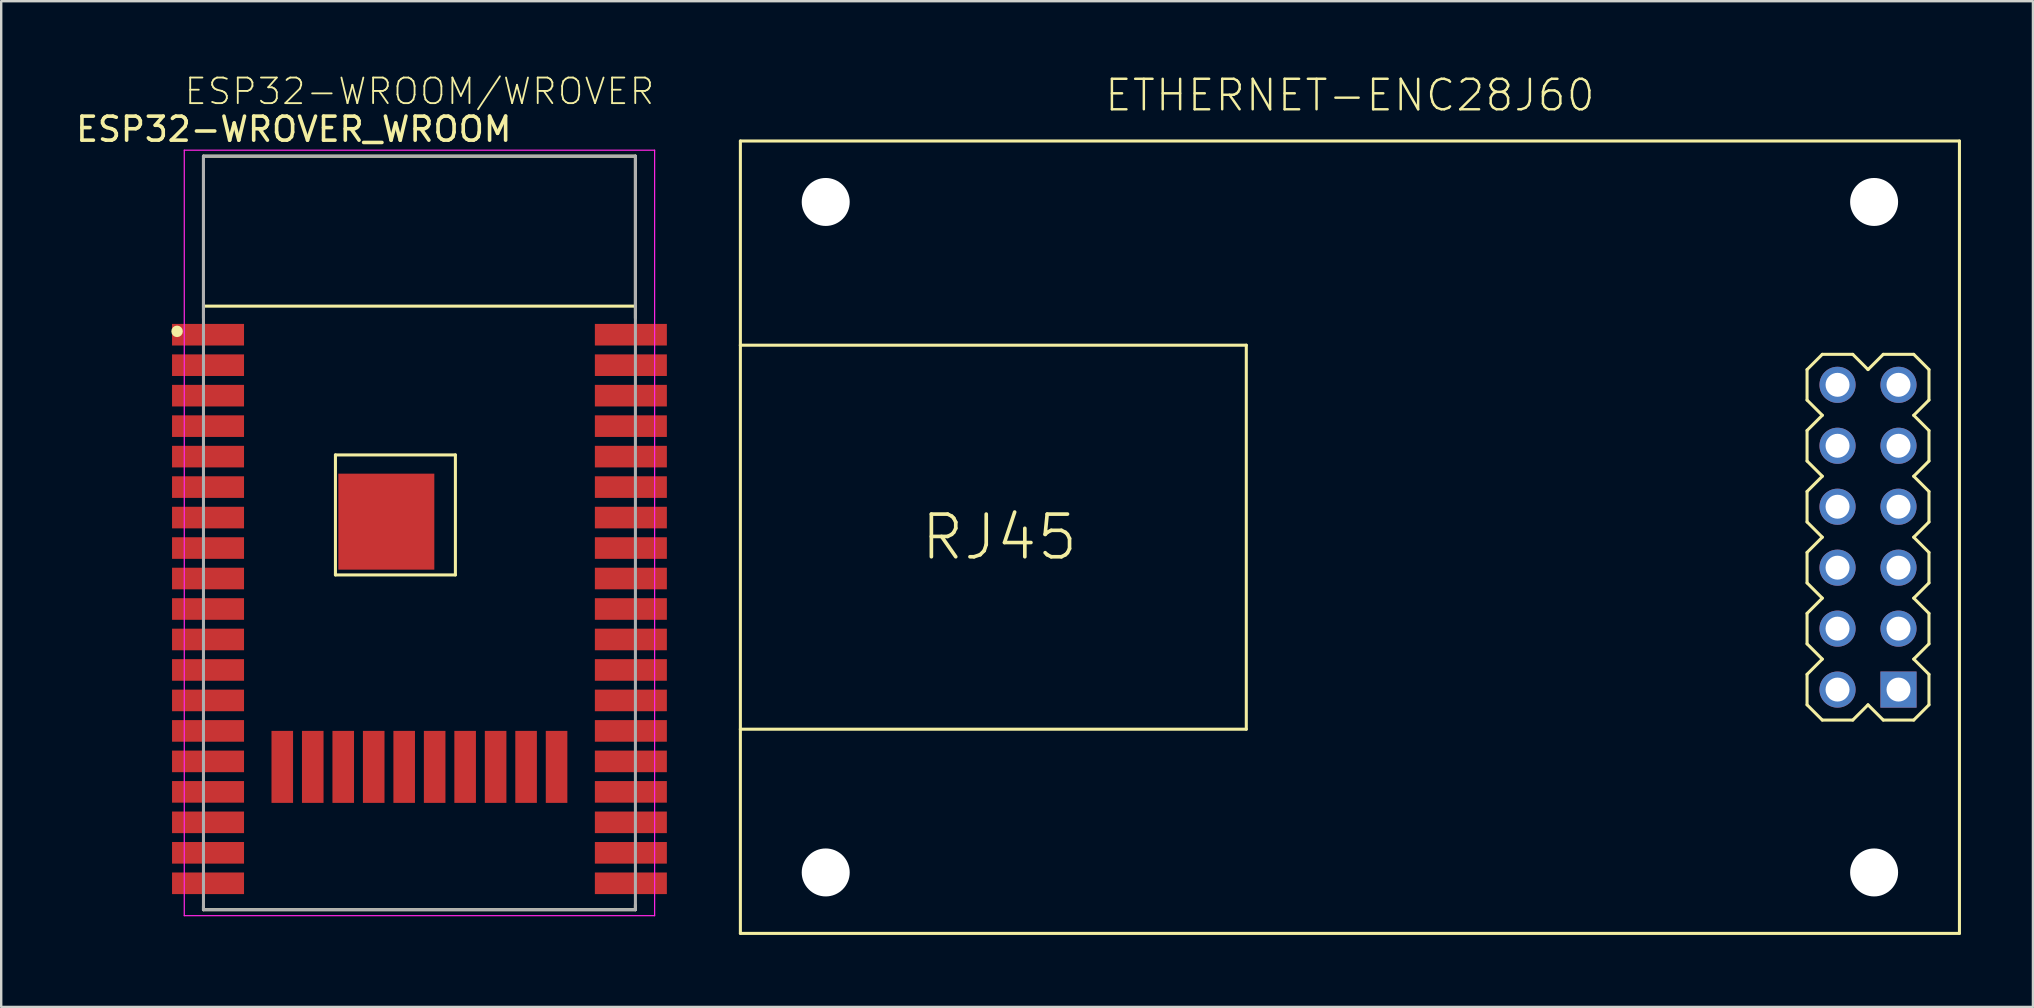
<source format=kicad_pcb>
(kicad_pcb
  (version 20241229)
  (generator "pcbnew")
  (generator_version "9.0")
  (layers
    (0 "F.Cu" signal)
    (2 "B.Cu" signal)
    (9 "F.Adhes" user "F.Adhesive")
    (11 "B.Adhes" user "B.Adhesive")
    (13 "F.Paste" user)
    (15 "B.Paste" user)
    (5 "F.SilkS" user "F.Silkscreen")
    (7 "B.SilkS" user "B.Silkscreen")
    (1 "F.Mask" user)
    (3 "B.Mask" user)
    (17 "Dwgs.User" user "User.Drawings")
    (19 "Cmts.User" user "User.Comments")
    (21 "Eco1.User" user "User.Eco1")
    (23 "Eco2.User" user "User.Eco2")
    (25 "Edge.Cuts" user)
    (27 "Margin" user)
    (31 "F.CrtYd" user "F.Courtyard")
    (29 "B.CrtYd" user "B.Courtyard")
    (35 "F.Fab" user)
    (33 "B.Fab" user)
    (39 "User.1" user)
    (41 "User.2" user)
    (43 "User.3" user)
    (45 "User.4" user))
  (footprint "ESP32-WROVER_WROOM"
    (layer "F.Cu")
    (at 14.429 19.158)
    (property "Reference" "ESP32-WROVER_WROOM" (at -5.237 -16.823 0) (layer "F.SilkS") (effects (font (size 1.002 1.002) (thickness 0.15))))
    (attr smd)
    (fp_line (start -9 -15.7) (end 9 -15.7) (stroke (width 0.127) (type solid)) (layer "F.SilkS"))
    (fp_line (start -9 -9.451) (end 8.998 -9.451) (stroke (width 0.127) (type solid)) (layer "F.SilkS"))
    (fp_line (start -9 -8.95) (end -9 -15.7) (stroke (width 0.127) (type solid)) (layer "F.SilkS"))
    (fp_line (start -9 15.55) (end -9 15.7) (stroke (width 0.127) (type solid)) (layer "F.SilkS"))
    (fp_line (start -9 15.7) (end 9 15.7) (stroke (width 0.127) (type solid)) (layer "F.SilkS"))
    (fp_line (start -3.501 -3.251) (end -3.501 1.75) (stroke (width 0.127) (type solid)) (layer "F.SilkS"))
    (fp_line (start -3.501 1.75) (end 1.498 1.75) (stroke (width 0.127) (type solid)) (layer "F.SilkS"))
    (fp_line (start 1.498 -3.251) (end -3.501 -3.251) (stroke (width 0.127) (type solid)) (layer "F.SilkS"))
    (fp_line (start 1.498 1.75) (end 1.498 -3.251) (stroke (width 0.127) (type solid)) (layer "F.SilkS"))
    (fp_line (start 9 -15.7) (end 9 -8.95) (stroke (width 0.127) (type solid)) (layer "F.SilkS"))
    (fp_line (start 9 15.7) (end 9 15.5) (stroke (width 0.127) (type solid)) (layer "F.SilkS"))
    (fp_circle (center -10.1 -8.4) (end -9.98 -8.4) (stroke (width 0.24) (type solid)) (fill no) (layer "F.SilkS"))
    (fp_poly (pts (xy -2.648 -1.735) (xy -0.115 -1.735) (xy -0.115 0.796) (xy -2.648 0.796)) (stroke (width 0.01) (type solid)) (fill yes) (layer "F.Paste"))
    (fp_line (start -9.8 -15.95) (end 9.8 -15.95) (stroke (width 0.05) (type solid)) (layer "F.CrtYd"))
    (fp_line (start -9.8 15.95) (end -9.8 -15.95) (stroke (width 0.05) (type solid)) (layer "F.CrtYd"))
    (fp_line (start 9.8 -15.95) (end 9.8 15.95) (stroke (width 0.05) (type solid)) (layer "F.CrtYd"))
    (fp_line (start 9.8 15.95) (end -9.8 15.95) (stroke (width 0.05) (type solid)) (layer "F.CrtYd"))
    (fp_line (start -9 -15.7) (end 9 -15.7) (stroke (width 0.127) (type solid)) (layer "F.Fab"))
    (fp_line (start -9 15.7) (end -9 -15.7) (stroke (width 0.127) (type solid)) (layer "F.Fab"))
    (fp_line (start 9 -15.7) (end 9 15.7) (stroke (width 0.127) (type solid)) (layer "F.Fab"))
    (fp_line (start 9 15.7) (end -9 15.7) (stroke (width 0.127) (type solid)) (layer "F.Fab"))
    (fp_text user "ESP32-WROOM/WROVER" (at 0 -18.4 0) (layer "F.SilkS") (effects (font (size 1.067 1.067) (thickness 0.076))))
    (pad "1" smd rect (at -8.81 -8.26) (size 3 0.9) (layers "F.Cu" "F.Mask" "F.Paste"))
    (pad "2" smd rect (at -8.81 -6.99) (size 3 0.9) (layers "F.Cu" "F.Mask" "F.Paste"))
    (pad "3" smd rect (at -8.81 -5.72) (size 3 0.9) (layers "F.Cu" "F.Mask" "F.Paste"))
    (pad "4" smd rect (at -8.81 -4.45) (size 3 0.9) (layers "F.Cu" "F.Mask" "F.Paste"))
    (pad "5" smd rect (at -8.81 -3.18) (size 3 0.9) (layers "F.Cu" "F.Mask" "F.Paste"))
    (pad "6" smd rect (at -8.81 -1.91) (size 3 0.9) (layers "F.Cu" "F.Mask" "F.Paste"))
    (pad "7" smd rect (at -8.81 -0.64) (size 3 0.9) (layers "F.Cu" "F.Mask" "F.Paste"))
    (pad "8" smd rect (at -8.81 0.63) (size 3 0.9) (layers "F.Cu" "F.Mask" "F.Paste"))
    (pad "9" smd rect (at -8.81 1.9) (size 3 0.9) (layers "F.Cu" "F.Mask" "F.Paste"))
    (pad "10" smd rect (at -8.81 3.17) (size 3 0.9) (layers "F.Cu" "F.Mask" "F.Paste"))
    (pad "11" smd rect (at -8.81 4.44) (size 3 0.9) (layers "F.Cu" "F.Mask" "F.Paste"))
    (pad "12" smd rect (at -8.81 5.71) (size 3 0.9) (layers "F.Cu" "F.Mask" "F.Paste"))
    (pad "13" smd rect (at -8.81 6.98) (size 3 0.9) (layers "F.Cu" "F.Mask" "F.Paste"))
    (pad "14" smd rect (at -8.81 8.25) (size 3 0.9) (layers "F.Cu" "F.Mask" "F.Paste"))
    (pad "15" smd rect (at -8.81 9.52) (size 3 0.9) (layers "F.Cu" "F.Mask" "F.Paste"))
    (pad "15" smd rect (at -5.716 9.749 90) (size 3 0.899) (layers "F.Cu" "F.Mask" "F.Paste"))
    (pad "16" smd rect (at -8.81 10.79) (size 3 0.9) (layers "F.Cu" "F.Mask" "F.Paste"))
    (pad "16" smd rect (at -4.446 9.749 90) (size 3 0.899) (layers "F.Cu" "F.Mask" "F.Paste"))
    (pad "17" smd rect (at -8.81 12.06) (size 3 0.9) (layers "F.Cu" "F.Mask" "F.Paste"))
    (pad "17" smd rect (at -3.176 9.749 90) (size 3 0.899) (layers "F.Cu" "F.Mask" "F.Paste"))
    (pad "18" smd rect (at -8.81 13.33) (size 3 0.9) (layers "F.Cu" "F.Mask" "F.Paste"))
    (pad "18" smd rect (at -1.906 9.749 90) (size 3 0.899) (layers "F.Cu" "F.Mask" "F.Paste"))
    (pad "19" smd rect (at -8.81 14.6) (size 3 0.9) (layers "F.Cu" "F.Mask" "F.Paste"))
    (pad "19" smd rect (at -0.636 9.749 90) (size 3 0.899) (layers "F.Cu" "F.Mask" "F.Paste"))
    (pad "20" smd rect (at 0.634 9.749 90) (size 3 0.899) (layers "F.Cu" "F.Mask" "F.Paste"))
    (pad "20" smd rect (at 8.81 14.6) (size 3 0.9) (layers "F.Cu" "F.Mask" "F.Paste"))
    (pad "21" smd rect (at 1.904 9.749 90) (size 3 0.899) (layers "F.Cu" "F.Mask" "F.Paste"))
    (pad "21" smd rect (at 8.81 13.33) (size 3 0.9) (layers "F.Cu" "F.Mask" "F.Paste"))
    (pad "22" smd rect (at 3.174 9.749 90) (size 3 0.899) (layers "F.Cu" "F.Mask" "F.Paste"))
    (pad "22" smd rect (at 8.81 12.06) (size 3 0.9) (layers "F.Cu" "F.Mask" "F.Paste"))
    (pad "23" smd rect (at 4.444 9.749 90) (size 3 0.899) (layers "F.Cu" "F.Mask" "F.Paste"))
    (pad "23" smd rect (at 8.81 10.79) (size 3 0.9) (layers "F.Cu" "F.Mask" "F.Paste"))
    (pad "24" smd rect (at 5.714 9.749 90) (size 3 0.899) (layers "F.Cu" "F.Mask" "F.Paste"))
    (pad "24" smd rect (at 8.81 9.52) (size 3 0.9) (layers "F.Cu" "F.Mask" "F.Paste"))
    (pad "25" smd rect (at 8.81 8.25) (size 3 0.9) (layers "F.Cu" "F.Mask" "F.Paste"))
    (pad "26" smd rect (at 8.81 6.98) (size 3 0.9) (layers "F.Cu" "F.Mask" "F.Paste"))
    (pad "27" smd rect (at 8.81 5.71) (size 3 0.9) (layers "F.Cu" "F.Mask" "F.Paste"))
    (pad "28" smd rect (at 8.81 4.44) (size 3 0.9) (layers "F.Cu" "F.Mask" "F.Paste"))
    (pad "29" smd rect (at 8.81 3.17) (size 3 0.9) (layers "F.Cu" "F.Mask" "F.Paste"))
    (pad "30" smd rect (at 8.81 1.9) (size 3 0.9) (layers "F.Cu" "F.Mask" "F.Paste"))
    (pad "31" smd rect (at 8.81 0.63) (size 3 0.9) (layers "F.Cu" "F.Mask" "F.Paste"))
    (pad "32" smd rect (at 8.81 -0.64) (size 3 0.9) (layers "F.Cu" "F.Mask" "F.Paste"))
    (pad "33" smd rect (at 8.81 -1.91) (size 3 0.9) (layers "F.Cu" "F.Mask" "F.Paste"))
    (pad "34" smd rect (at 8.81 -3.18) (size 3 0.9) (layers "F.Cu" "F.Mask" "F.Paste"))
    (pad "35" smd rect (at 8.81 -4.45) (size 3 0.9) (layers "F.Cu" "F.Mask" "F.Paste"))
    (pad "36" smd rect (at 8.81 -5.72) (size 3 0.9) (layers "F.Cu" "F.Mask" "F.Paste"))
    (pad "37" smd rect (at 8.81 -6.99) (size 3 0.9) (layers "F.Cu" "F.Mask" "F.Paste"))
    (pad "38" smd rect (at 8.81 -8.26) (size 3 0.9) (layers "F.Cu" "F.Mask" "F.Paste"))
    (pad "39" smd rect (at -1.38 -0.47) (size 4 4) (layers "F.Cu" "F.Mask")))
  (footprint "ETHERNET-ENC28J60"
    (layer "F.Cu")
    (at 53.203 19.336)
    (property "Reference" "ETHERNET-ENC28J60" (at 0 -18.415 0) (layer "F.SilkS") (effects (font (size 1.27 1.27) (thickness 0.102))))
    (attr exclude_from_pos_files exclude_from_bom)
    (fp_line (start -25.4 -16.51) (end 25.4 -16.51) (stroke (width 0.127) (type solid)) (layer "F.SilkS"))
    (fp_line (start -25.4 -8.001) (end -25.4 -16.51) (stroke (width 0.127) (type solid)) (layer "F.SilkS"))
    (fp_line (start -25.4 -8.001) (end -4.318 -8.001) (stroke (width 0.127) (type solid)) (layer "F.SilkS"))
    (fp_line (start -25.4 8.001) (end -25.4 -8.001) (stroke (width 0.127) (type solid)) (layer "F.SilkS"))
    (fp_line (start -25.4 16.51) (end -25.4 8.001) (stroke (width 0.127) (type solid)) (layer "F.SilkS"))
    (fp_line (start -4.318 -8.001) (end -4.318 8.001) (stroke (width 0.127) (type solid)) (layer "F.SilkS"))
    (fp_line (start -4.318 8.001) (end -25.4 8.001) (stroke (width 0.127) (type solid)) (layer "F.SilkS"))
    (fp_line (start 19.05 -6.985) (end 19.685 -7.62) (stroke (width 0.127) (type solid)) (layer "F.SilkS"))
    (fp_line (start 19.05 -5.715) (end 19.05 -6.985) (stroke (width 0.127) (type solid)) (layer "F.SilkS"))
    (fp_line (start 19.05 -4.445) (end 19.685 -5.08) (stroke (width 0.127) (type solid)) (layer "F.SilkS"))
    (fp_line (start 19.05 -3.175) (end 19.05 -4.445) (stroke (width 0.127) (type solid)) (layer "F.SilkS"))
    (fp_line (start 19.05 -1.905) (end 19.685 -2.54) (stroke (width 0.127) (type solid)) (layer "F.SilkS"))
    (fp_line (start 19.05 -0.635) (end 19.05 -1.905) (stroke (width 0.127) (type solid)) (layer "F.SilkS"))
    (fp_line (start 19.05 0.635) (end 19.685 0) (stroke (width 0.127) (type solid)) (layer "F.SilkS"))
    (fp_line (start 19.05 1.905) (end 19.05 0.635) (stroke (width 0.127) (type solid)) (layer "F.SilkS"))
    (fp_line (start 19.05 3.175) (end 19.685 2.54) (stroke (width 0.127) (type solid)) (layer "F.SilkS"))
    (fp_line (start 19.05 4.445) (end 19.05 3.175) (stroke (width 0.127) (type solid)) (layer "F.SilkS"))
    (fp_line (start 19.05 5.715) (end 19.685 5.08) (stroke (width 0.127) (type solid)) (layer "F.SilkS"))
    (fp_line (start 19.05 6.985) (end 19.05 5.715) (stroke (width 0.127) (type solid)) (layer "F.SilkS"))
    (fp_line (start 19.685 -7.62) (end 20.955 -7.62) (stroke (width 0.127) (type solid)) (layer "F.SilkS"))
    (fp_line (start 19.685 -5.08) (end 19.05 -5.715) (stroke (width 0.127) (type solid)) (layer "F.SilkS"))
    (fp_line (start 19.685 -2.54) (end 19.05 -3.175) (stroke (width 0.127) (type solid)) (layer "F.SilkS"))
    (fp_line (start 19.685 0) (end 19.05 -0.635) (stroke (width 0.127) (type solid)) (layer "F.SilkS"))
    (fp_line (start 19.685 2.54) (end 19.05 1.905) (stroke (width 0.127) (type solid)) (layer "F.SilkS"))
    (fp_line (start 19.685 5.08) (end 19.05 4.445) (stroke (width 0.127) (type solid)) (layer "F.SilkS"))
    (fp_line (start 19.685 7.62) (end 19.05 6.985) (stroke (width 0.127) (type solid)) (layer "F.SilkS"))
    (fp_line (start 20.955 -7.62) (end 21.59 -6.985) (stroke (width 0.127) (type solid)) (layer "F.SilkS"))
    (fp_line (start 20.955 7.62) (end 19.685 7.62) (stroke (width 0.127) (type solid)) (layer "F.SilkS"))
    (fp_line (start 21.59 -6.985) (end 22.225 -7.62) (stroke (width 0.127) (type solid)) (layer "F.SilkS"))
    (fp_line (start 21.59 6.985) (end 20.955 7.62) (stroke (width 0.127) (type solid)) (layer "F.SilkS"))
    (fp_line (start 22.225 -7.62) (end 23.495 -7.62) (stroke (width 0.127) (type solid)) (layer "F.SilkS"))
    (fp_line (start 22.225 7.62) (end 21.59 6.985) (stroke (width 0.127) (type solid)) (layer "F.SilkS"))
    (fp_line (start 23.495 -7.62) (end 24.13 -6.985) (stroke (width 0.127) (type solid)) (layer "F.SilkS"))
    (fp_line (start 23.495 -5.08) (end 24.13 -4.445) (stroke (width 0.127) (type solid)) (layer "F.SilkS"))
    (fp_line (start 23.495 -2.54) (end 24.13 -1.905) (stroke (width 0.127) (type solid)) (layer "F.SilkS"))
    (fp_line (start 23.495 0) (end 24.13 0.635) (stroke (width 0.127) (type solid)) (layer "F.SilkS"))
    (fp_line (start 23.495 2.54) (end 24.13 3.175) (stroke (width 0.127) (type solid)) (layer "F.SilkS"))
    (fp_line (start 23.495 5.08) (end 24.13 5.715) (stroke (width 0.127) (type solid)) (layer "F.SilkS"))
    (fp_line (start 23.495 7.62) (end 22.225 7.62) (stroke (width 0.127) (type solid)) (layer "F.SilkS"))
    (fp_line (start 24.13 -6.985) (end 24.13 -5.715) (stroke (width 0.127) (type solid)) (layer "F.SilkS"))
    (fp_line (start 24.13 -5.715) (end 23.495 -5.08) (stroke (width 0.127) (type solid)) (layer "F.SilkS"))
    (fp_line (start 24.13 -4.445) (end 24.13 -3.175) (stroke (width 0.127) (type solid)) (layer "F.SilkS"))
    (fp_line (start 24.13 -3.175) (end 23.495 -2.54) (stroke (width 0.127) (type solid)) (layer "F.SilkS"))
    (fp_line (start 24.13 -1.905) (end 24.13 -0.635) (stroke (width 0.127) (type solid)) (layer "F.SilkS"))
    (fp_line (start 24.13 -0.635) (end 23.495 0) (stroke (width 0.127) (type solid)) (layer "F.SilkS"))
    (fp_line (start 24.13 0.635) (end 24.13 1.905) (stroke (width 0.127) (type solid)) (layer "F.SilkS"))
    (fp_line (start 24.13 1.905) (end 23.495 2.54) (stroke (width 0.127) (type solid)) (layer "F.SilkS"))
    (fp_line (start 24.13 3.175) (end 24.13 4.445) (stroke (width 0.127) (type solid)) (layer "F.SilkS"))
    (fp_line (start 24.13 4.445) (end 23.495 5.08) (stroke (width 0.127) (type solid)) (layer "F.SilkS"))
    (fp_line (start 24.13 5.715) (end 24.13 6.985) (stroke (width 0.127) (type solid)) (layer "F.SilkS"))
    (fp_line (start 24.13 6.985) (end 23.495 7.62) (stroke (width 0.127) (type solid)) (layer "F.SilkS"))
    (fp_line (start 25.4 -16.51) (end 25.4 16.51) (stroke (width 0.127) (type solid)) (layer "F.SilkS"))
    (fp_line (start 25.4 16.51) (end -25.4 16.51) (stroke (width 0.127) (type solid)) (layer "F.SilkS"))
    (fp_text user "RJ45" (at -14.605 0 0) (layer "F.SilkS") (effects (font (size 1.778 1.778) (thickness 0.152))))
    (pad "" np_thru_hole circle (at -21.844 -13.97) (size 1.999 1.999) (drill 1.999) (layers "*.Cu" "*.Mask"))
    (pad "" np_thru_hole circle (at -21.844 13.97) (size 1.999 1.999) (drill 1.999) (layers "*.Cu" "*.Mask"))
    (pad "" np_thru_hole circle (at 21.844 -13.97) (size 1.999 1.999) (drill 1.999) (layers "*.Cu" "*.Mask"))
    (pad "" np_thru_hole circle (at 21.844 13.97) (size 1.999 1.999) (drill 1.999) (layers "*.Cu" "*.Mask"))
    (pad "1" thru_hole rect (at 22.86 6.35) (size 1.506 1.506) (drill 0.998) (layers "*.Cu" "*.Paste" "*.Mask"))
    (pad "2" thru_hole circle (at 20.32 6.35) (size 1.506 1.506) (drill 0.998) (layers "*.Cu" "*.Paste" "*.Mask"))
    (pad "3" thru_hole circle (at 22.86 3.81) (size 1.506 1.506) (drill 0.998) (layers "*.Cu" "*.Paste" "*.Mask"))
    (pad "4" thru_hole circle (at 20.32 3.81) (size 1.506 1.506) (drill 0.998) (layers "*.Cu" "*.Paste" "*.Mask"))
    (pad "5" thru_hole circle (at 22.86 1.27) (size 1.506 1.506) (drill 0.998) (layers "*.Cu" "*.Paste" "*.Mask"))
    (pad "6" thru_hole circle (at 20.32 1.27) (size 1.506 1.506) (drill 0.998) (layers "*.Cu" "*.Paste" "*.Mask"))
    (pad "7" thru_hole circle (at 22.86 -1.27) (size 1.506 1.506) (drill 0.998) (layers "*.Cu" "*.Paste" "*.Mask"))
    (pad "8" thru_hole circle (at 20.32 -1.27) (size 1.506 1.506) (drill 0.998) (layers "*.Cu" "*.Paste" "*.Mask"))
    (pad "9" thru_hole circle (at 22.86 -3.81) (size 1.506 1.506) (drill 0.998) (layers "*.Cu" "*.Paste" "*.Mask"))
    (pad "10" thru_hole circle (at 20.32 -3.81) (size 1.506 1.506) (drill 0.998) (layers "*.Cu" "*.Paste" "*.Mask"))
    (pad "11" thru_hole circle (at 22.86 -6.35) (size 1.506 1.506) (drill 0.998) (layers "*.Cu" "*.Paste" "*.Mask"))
    (pad "12" thru_hole circle (at 20.32 -6.35) (size 1.506 1.506) (drill 0.998) (layers "*.Cu" "*.Paste" "*.Mask")))
  (gr_rect
    (start -3 -3)
    (end 81.666 38.91)
    (stroke (width 0.1) (type default))
    (fill no)
    (layer "Edge.Cuts")))
</source>
